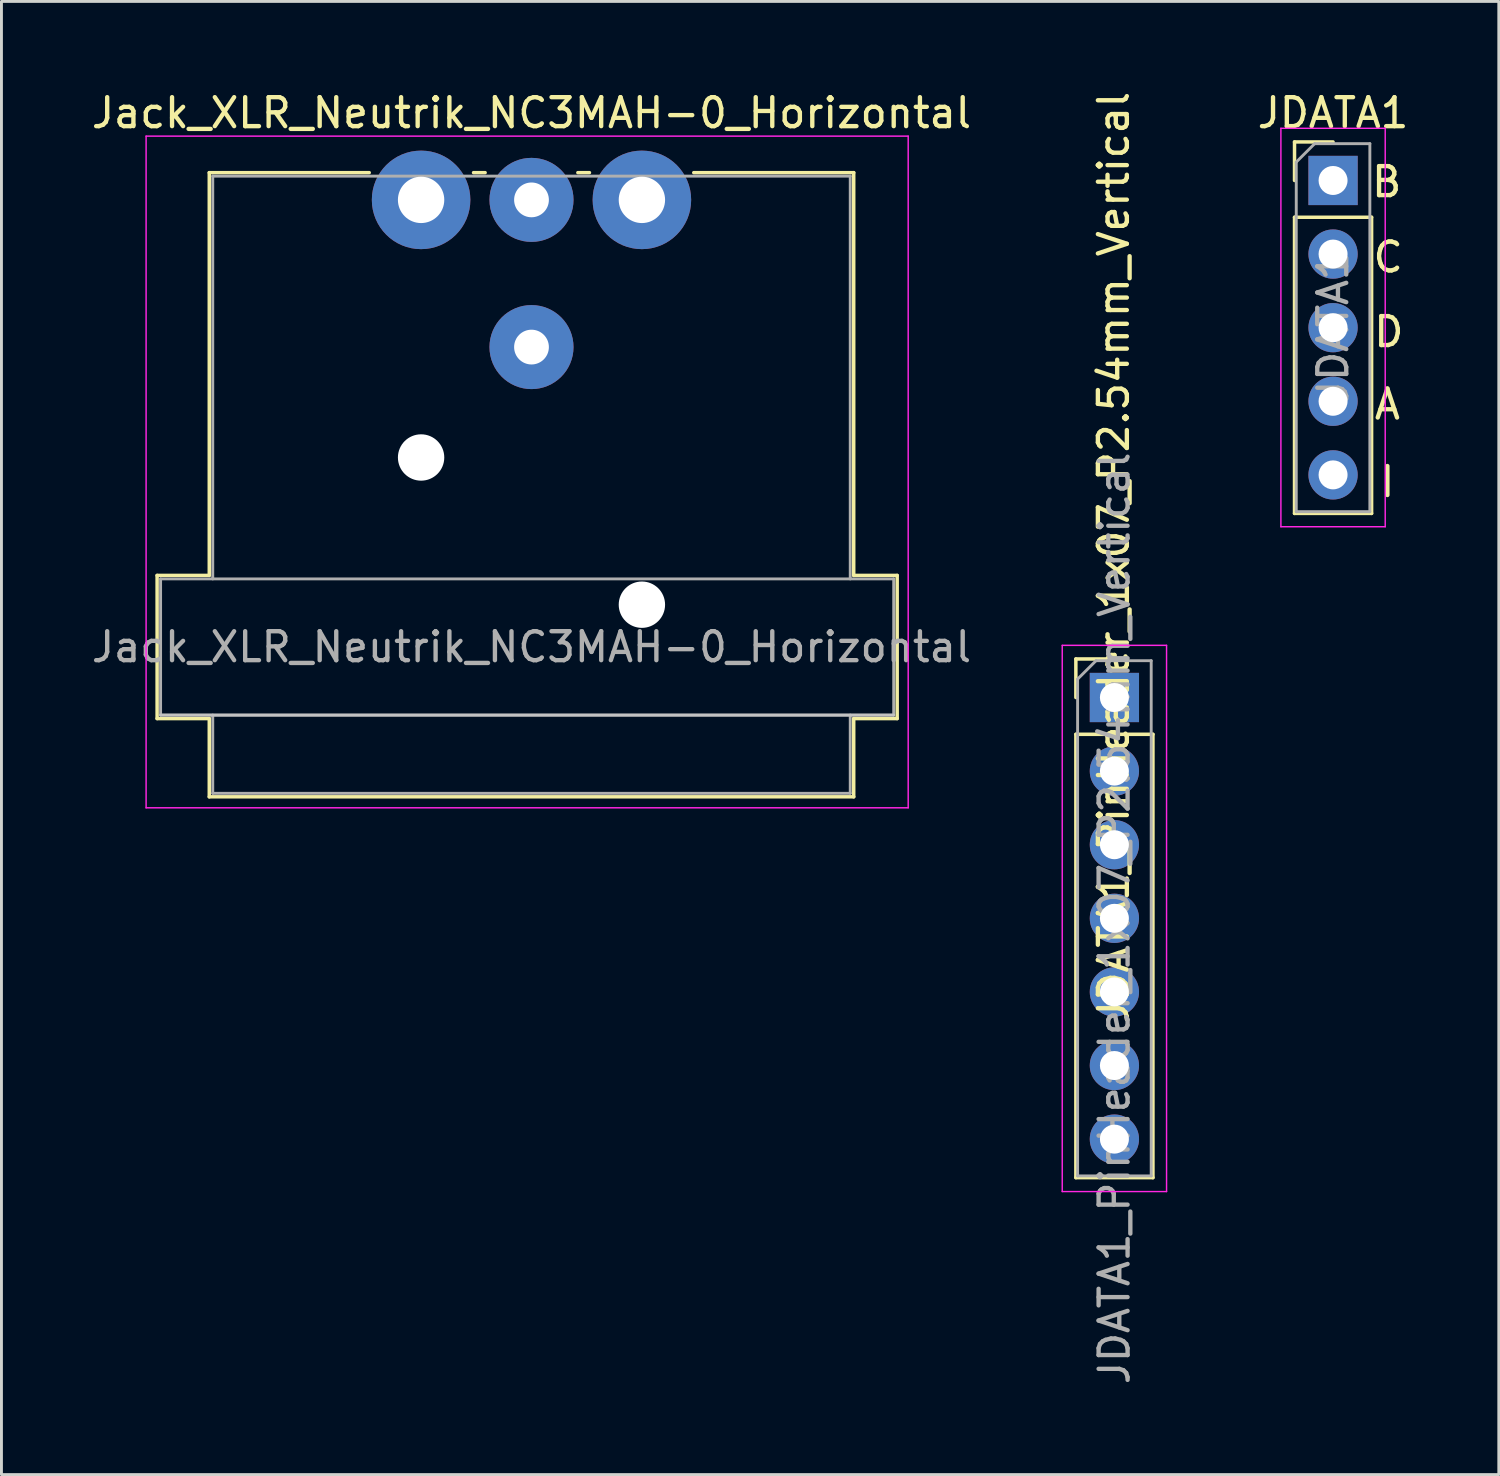
<source format=kicad_pcb>
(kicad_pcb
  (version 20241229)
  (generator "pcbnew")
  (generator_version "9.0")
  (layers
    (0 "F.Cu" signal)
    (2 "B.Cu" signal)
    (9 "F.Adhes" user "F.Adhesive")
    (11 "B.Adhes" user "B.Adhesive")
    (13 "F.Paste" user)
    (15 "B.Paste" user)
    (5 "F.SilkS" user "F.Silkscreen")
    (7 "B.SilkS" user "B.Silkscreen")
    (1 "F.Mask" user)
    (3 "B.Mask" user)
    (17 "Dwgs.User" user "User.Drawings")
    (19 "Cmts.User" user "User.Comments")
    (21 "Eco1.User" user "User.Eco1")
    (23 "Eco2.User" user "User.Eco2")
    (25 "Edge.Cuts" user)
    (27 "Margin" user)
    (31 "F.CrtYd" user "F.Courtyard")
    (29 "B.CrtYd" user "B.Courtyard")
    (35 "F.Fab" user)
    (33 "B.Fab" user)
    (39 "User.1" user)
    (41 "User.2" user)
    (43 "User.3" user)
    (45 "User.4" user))
  (footprint "Jack_XLR_Neutrik_NC3MAH-0_Horizontal"
    (layer "F.Cu")
    (at 11.482 3.848)
    (property "Reference" "Jack_XLR_Neutrik_NC3MAH-0_Horizontal" (at 3.81 -3 0) (layer "F.SilkS") (effects (font (size 1 1) (thickness 0.15))))
    (fp_line (start -9.11 12.96) (end -7.31 12.96) (stroke (width 0.12) (type solid)) (layer "F.SilkS"))
    (fp_line (start -9.11 17.9) (end -9.11 12.96) (stroke (width 0.12) (type solid)) (layer "F.SilkS"))
    (fp_line (start -7.31 12.96) (end -7.31 -0.94) (stroke (width 0.12) (type solid)) (layer "F.SilkS"))
    (fp_line (start -7.31 17.9) (end -9.11 17.9) (stroke (width 0.12) (type solid)) (layer "F.SilkS"))
    (fp_line (start -7.31 17.9) (end -7.31 20.6) (stroke (width 0.12) (type solid)) (layer "F.SilkS"))
    (fp_line (start -1.79 -0.94) (end -7.31 -0.94) (stroke (width 0.12) (type solid)) (layer "F.SilkS"))
    (fp_line (start 2.21 -0.94) (end 1.81 -0.94) (stroke (width 0.12) (type solid)) (layer "F.SilkS"))
    (fp_line (start 5.41 -0.94) (end 5.81 -0.94) (stroke (width 0.12) (type solid)) (layer "F.SilkS"))
    (fp_line (start 14.93 -0.94) (end 9.41 -0.94) (stroke (width 0.12) (type solid)) (layer "F.SilkS"))
    (fp_line (start 14.93 12.96) (end 14.93 -0.94) (stroke (width 0.12) (type solid)) (layer "F.SilkS"))
    (fp_line (start 14.93 12.96) (end 16.43 12.96) (stroke (width 0.12) (type solid)) (layer "F.SilkS"))
    (fp_line (start 14.93 17.9) (end 14.93 20.6) (stroke (width 0.12) (type solid)) (layer "F.SilkS"))
    (fp_line (start 14.93 20.6) (end -7.31 20.6) (stroke (width 0.12) (type solid)) (layer "F.SilkS"))
    (fp_line (start 16.43 17.9) (end 14.93 17.9) (stroke (width 0.12) (type solid)) (layer "F.SilkS"))
    (fp_line (start 16.43 17.9) (end 16.43 12.96) (stroke (width 0.12) (type solid)) (layer "F.SilkS"))
    (fp_line (start 16.31 17.78) (end -8.99 17.78) (stroke (width 0.1) (type solid)) (layer "Dwgs.User"))
    (fp_line (start -9.49 20.98) (end -9.49 -2.2) (stroke (width 0.05) (type solid)) (layer "F.CrtYd"))
    (fp_line (start 16.81 -2.2) (end -9.49 -2.2) (stroke (width 0.05) (type solid)) (layer "F.CrtYd"))
    (fp_line (start 16.81 20.98) (end -9.49 20.98) (stroke (width 0.05) (type solid)) (layer "F.CrtYd"))
    (fp_line (start 16.81 20.98) (end 16.81 -2.2) (stroke (width 0.05) (type solid)) (layer "F.CrtYd"))
    (fp_line (start -8.99 13.08) (end 16.31 13.08) (stroke (width 0.1) (type solid)) (layer "F.Fab"))
    (fp_line (start -8.99 17.78) (end -8.99 13.08) (stroke (width 0.1) (type solid)) (layer "F.Fab"))
    (fp_line (start -7.19 -0.82) (end -7.19 13.08) (stroke (width 0.1) (type solid)) (layer "F.Fab"))
    (fp_line (start -7.19 20.48) (end -7.19 17.78) (stroke (width 0.1) (type solid)) (layer "F.Fab"))
    (fp_line (start 14.81 -0.82) (end -7.19 -0.82) (stroke (width 0.1) (type solid)) (layer "F.Fab"))
    (fp_line (start 14.81 13.08) (end 14.81 -0.82) (stroke (width 0.1) (type solid)) (layer "F.Fab"))
    (fp_line (start 14.81 17.78) (end 14.81 20.48) (stroke (width 0.1) (type solid)) (layer "F.Fab"))
    (fp_line (start 14.81 20.48) (end -7.19 20.48) (stroke (width 0.1) (type solid)) (layer "F.Fab"))
    (fp_line (start 16.31 13.08) (end 16.31 17.78) (stroke (width 0.1) (type solid)) (layer "F.Fab"))
    (fp_line (start 16.31 17.78) (end -8.99 17.78) (stroke (width 0.1) (type solid)) (layer "F.Fab"))
    (fp_text user "${REFERENCE}" (at 3.81 15.43 0) (layer "F.Fab") (effects (font (size 1 1) (thickness 0.15))))
    (pad "" np_thru_hole circle (at 0 8.89) (size 1.6 1.6) (drill 1.6) (layers "*.Cu" "*.Mask"))
    (pad "" np_thru_hole circle (at 7.62 13.97) (size 1.6 1.6) (drill 1.6) (layers "*.Cu" "*.Mask"))
    (pad "1" thru_hole circle (at 0 0) (size 3.4 3.4) (drill 1.6) (layers "*.Cu" "*.Mask"))
    (pad "2" thru_hole circle (at 7.62 0) (size 3.4 3.4) (drill 1.6) (layers "*.Cu" "*.Mask"))
    (pad "3" thru_hole circle (at 3.81 0) (size 2.9 2.9) (drill 1.2) (layers "*.Cu" "*.Mask"))
    (pad "G" thru_hole circle (at 3.81 5.08) (size 2.9 2.9) (drill 1.2) (layers "*.Cu" "*.Mask")))
  (footprint "JDATA1"
    (layer "F.Cu")
    (at 42.954 3.178)
    (property "Reference" "JDATA1" (at 0 -2.33 0) (layer "F.SilkS") (effects (font (size 1 1) (thickness 0.15))))
    (attr through_hole)
    (fp_line (start -1.33 -1.33) (end 0 -1.33) (stroke (width 0.12) (type solid)) (layer "F.SilkS"))
    (fp_line (start -1.33 0) (end -1.33 -1.33) (stroke (width 0.12) (type solid)) (layer "F.SilkS"))
    (fp_line (start -1.33 1.27) (end -1.33 11.49) (stroke (width 0.12) (type solid)) (layer "F.SilkS"))
    (fp_line (start -1.33 1.27) (end 1.33 1.27) (stroke (width 0.12) (type solid)) (layer "F.SilkS"))
    (fp_line (start -1.33 11.49) (end 1.33 11.49) (stroke (width 0.12) (type solid)) (layer "F.SilkS"))
    (fp_line (start 1.33 1.27) (end 1.33 11.49) (stroke (width 0.12) (type solid)) (layer "F.SilkS"))
    (fp_line (start -1.8 -1.8) (end -1.8 11.95) (stroke (width 0.05) (type solid)) (layer "F.CrtYd"))
    (fp_line (start -1.8 11.95) (end 1.8 11.95) (stroke (width 0.05) (type solid)) (layer "F.CrtYd"))
    (fp_line (start 1.8 -1.8) (end -1.8 -1.8) (stroke (width 0.05) (type solid)) (layer "F.CrtYd"))
    (fp_line (start 1.8 11.95) (end 1.8 -1.8) (stroke (width 0.05) (type solid)) (layer "F.CrtYd"))
    (fp_line (start -1.27 -0.635) (end -0.635 -1.27) (stroke (width 0.1) (type solid)) (layer "F.Fab"))
    (fp_line (start -1.27 11.43) (end -1.27 -0.635) (stroke (width 0.1) (type solid)) (layer "F.Fab"))
    (fp_line (start -0.635 -1.27) (end 1.27 -1.27) (stroke (width 0.1) (type solid)) (layer "F.Fab"))
    (fp_line (start 1.27 -1.27) (end 1.27 11.43) (stroke (width 0.1) (type solid)) (layer "F.Fab"))
    (fp_line (start 1.27 11.43) (end -1.27 11.43) (stroke (width 0.1) (type solid)) (layer "F.Fab"))
    (fp_text user "C" (at 1.9 2.65 0) (unlocked yes) (layer "F.SilkS") (effects (font (size 1 1) (thickness 0.15))))
    (fp_text user "D" (at 1.925 5.225 0) (unlocked yes) (layer "F.SilkS") (effects (font (size 1 1) (thickness 0.15))))
    (fp_text user "A" (at 1.875 7.725 0) (unlocked yes) (layer "F.SilkS") (effects (font (size 1 1) (thickness 0.15))))
    (fp_text user "I" (at 1.875 10.4 0) (unlocked yes) (layer "F.SilkS") (effects (font (size 1 1) (thickness 0.15))))
    (fp_text user "B" (at 1.85 0.05 0) (unlocked yes) (layer "F.SilkS") (effects (font (size 1 1) (thickness 0.15))))
    (fp_text user "${REFERENCE}" (at 0 5.08 90) (layer "F.Fab") (effects (font (size 1 1) (thickness 0.15))))
    (pad "1" thru_hole rect (at 0 0) (size 1.7 1.7) (drill 1) (layers "*.Cu" "*.Mask"))
    (pad "2" thru_hole oval (at 0 2.54) (size 1.7 1.7) (drill 1) (layers "*.Cu" "*.Mask"))
    (pad "3" thru_hole oval (at 0 5.08) (size 1.7 1.7) (drill 1) (layers "*.Cu" "*.Mask"))
    (pad "4" thru_hole oval (at 0 7.62) (size 1.7 1.7) (drill 1) (layers "*.Cu" "*.Mask"))
    (pad "5" thru_hole oval (at 0 10.16) (size 1.7 1.7) (drill 1) (layers "*.Cu" "*.Mask")))
  (footprint "JDATA1_PinHeader_1x07_P2.54mm_Vertical"
    (layer "F.Cu")
    (at 35.408 21.021)
    (property "Reference" "JDATA1_PinHeader_1x07_P2.54mm_Vertical" (at -0.025 -4.825 90) (layer "F.SilkS") (effects (font (size 1 1) (thickness 0.15))))
    (attr through_hole)
    (fp_line (start -1.33 -1.33) (end 0 -1.33) (stroke (width 0.12) (type solid)) (layer "F.SilkS"))
    (fp_line (start -1.33 0) (end -1.33 -1.33) (stroke (width 0.12) (type solid)) (layer "F.SilkS"))
    (fp_line (start -1.33 1.27) (end -1.33 16.57) (stroke (width 0.12) (type solid)) (layer "F.SilkS"))
    (fp_line (start -1.33 1.27) (end 1.33 1.27) (stroke (width 0.12) (type solid)) (layer "F.SilkS"))
    (fp_line (start -1.33 16.57) (end 1.33 16.57) (stroke (width 0.12) (type solid)) (layer "F.SilkS"))
    (fp_line (start 1.33 1.27) (end 1.33 16.57) (stroke (width 0.12) (type solid)) (layer "F.SilkS"))
    (fp_line (start -1.8 -1.8) (end -1.8 17.05) (stroke (width 0.05) (type solid)) (layer "F.CrtYd"))
    (fp_line (start -1.8 17.05) (end 1.8 17.05) (stroke (width 0.05) (type solid)) (layer "F.CrtYd"))
    (fp_line (start 1.8 -1.8) (end -1.8 -1.8) (stroke (width 0.05) (type solid)) (layer "F.CrtYd"))
    (fp_line (start 1.8 17.05) (end 1.8 -1.8) (stroke (width 0.05) (type solid)) (layer "F.CrtYd"))
    (fp_line (start -1.27 -0.635) (end -0.635 -1.27) (stroke (width 0.1) (type solid)) (layer "F.Fab"))
    (fp_line (start -1.27 16.51) (end -1.27 -0.635) (stroke (width 0.1) (type solid)) (layer "F.Fab"))
    (fp_line (start -0.635 -1.27) (end 1.27 -1.27) (stroke (width 0.1) (type solid)) (layer "F.Fab"))
    (fp_line (start 1.27 -1.27) (end 1.27 16.51) (stroke (width 0.1) (type solid)) (layer "F.Fab"))
    (fp_line (start 1.27 16.51) (end -1.27 16.51) (stroke (width 0.1) (type solid)) (layer "F.Fab"))
    (fp_text user "${REFERENCE}" (at 0 7.62 90) (layer "F.Fab") (effects (font (size 1 1) (thickness 0.15))))
    (pad "1" thru_hole rect (at 0 0) (size 1.7 1.7) (drill 1) (layers "*.Cu" "*.Mask"))
    (pad "2" thru_hole oval (at 0 2.54) (size 1.7 1.7) (drill 1) (layers "*.Cu" "*.Mask"))
    (pad "3" thru_hole oval (at 0 5.08) (size 1.7 1.7) (drill 1) (layers "*.Cu" "*.Mask"))
    (pad "4" thru_hole oval (at 0 7.62) (size 1.7 1.7) (drill 1) (layers "*.Cu" "*.Mask"))
    (pad "5" thru_hole oval (at 0 10.16) (size 1.7 1.7) (drill 1) (layers "*.Cu" "*.Mask"))
    (pad "6" thru_hole oval (at 0 12.7) (size 1.7 1.7) (drill 1) (layers "*.Cu" "*.Mask"))
    (pad "7" thru_hole oval (at 0 15.24) (size 1.7 1.7) (drill 1) (layers "*.Cu" "*.Mask")))
  (gr_rect
    (start -3 -3)
    (end 48.674 47.838)
    (stroke (width 0.1) (type default))
    (fill no)
    (layer "Edge.Cuts")))
</source>
